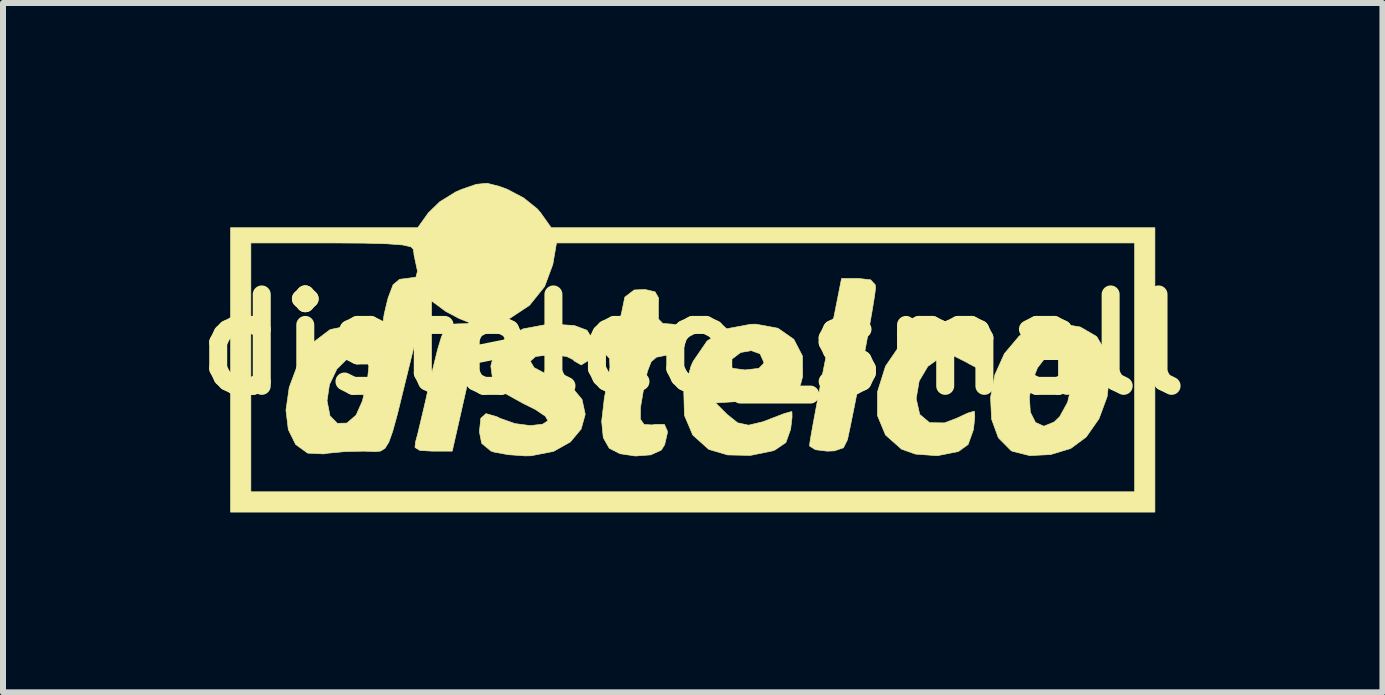
<source format=kicad_pcb>
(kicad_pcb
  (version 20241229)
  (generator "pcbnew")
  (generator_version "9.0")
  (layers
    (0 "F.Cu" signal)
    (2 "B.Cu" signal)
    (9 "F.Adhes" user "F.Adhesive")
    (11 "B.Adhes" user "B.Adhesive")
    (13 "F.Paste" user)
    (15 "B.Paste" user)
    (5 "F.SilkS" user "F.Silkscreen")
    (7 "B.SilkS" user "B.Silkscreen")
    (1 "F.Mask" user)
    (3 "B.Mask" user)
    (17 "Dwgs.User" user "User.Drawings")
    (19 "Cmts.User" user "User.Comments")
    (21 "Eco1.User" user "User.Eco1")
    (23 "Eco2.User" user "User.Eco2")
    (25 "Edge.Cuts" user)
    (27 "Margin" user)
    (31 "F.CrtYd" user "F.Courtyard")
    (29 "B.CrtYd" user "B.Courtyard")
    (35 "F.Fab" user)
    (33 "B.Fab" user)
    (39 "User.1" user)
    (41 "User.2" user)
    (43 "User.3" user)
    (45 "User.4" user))
  (footprint "distelco_small"
    (layer "F.Cu")
    (at 8.498 2.693)
    (property "Reference" "distelco_small" (at 0 0 0) (layer "F.SilkS") (effects (font (size 1.524 1.524) (thickness 0.3))))
    (attr through_hole)
    (fp_poly (pts (xy 2.966 -1.078) (xy 3.043 -0.995) (xy 3.048 -0.946) (xy 3.033 -0.819) (xy 2.991 -0.562) (xy 2.93 -0.213) (xy 2.855 0.193) (xy 2.775 0.618) (xy 2.696 1.026) (xy 2.624 1.379) (xy 2.58 1.587) (xy 2.513 1.721) (xy 2.362 1.773) (xy 2.242 1.778) (xy 2.046 1.754) (xy 1.95 1.694) (xy 1.947 1.682) (xy 1.963 1.57) (xy 2.007 1.322) (xy 2.073 0.969) (xy 2.155 0.541) (xy 2.214 0.243) (xy 2.481 -1.101) (xy 2.764 -1.101) (xy 2.966 -1.078)) (stroke (width 0.01) (type solid)) (fill yes) (layer "F.SilkS"))
    (fp_poly (pts (xy 4.649 -0.314) (xy 4.853 -0.229) (xy 4.934 -0.073) (xy 4.929 0.081) (xy 4.862 0.32) (xy 4.751 0.396) (xy 4.592 0.314) (xy 4.581 0.305) (xy 4.355 0.191) (xy 4.123 0.219) (xy 3.919 0.365) (xy 3.775 0.608) (xy 3.725 0.902) (xy 3.784 1.165) (xy 3.948 1.303) (xy 4.196 1.307) (xy 4.399 1.23) (xy 4.583 1.144) (xy 4.69 1.113) (xy 4.697 1.116) (xy 4.702 1.209) (xy 4.682 1.4) (xy 4.678 1.424) (xy 4.591 1.667) (xy 4.429 1.784) (xy 4.077 1.854) (xy 3.712 1.827) (xy 3.481 1.745) (xy 3.214 1.509) (xy 3.079 1.183) (xy 3.08 0.789) (xy 3.214 0.362) (xy 3.467 -0.008) (xy 3.82 -0.245) (xy 4.254 -0.337) (xy 4.302 -0.338) (xy 4.649 -0.314)) (stroke (width 0.01) (type solid)) (fill yes) (layer "F.SilkS"))
    (fp_poly (pts (xy 6.46 -0.292) (xy 6.728 -0.137) (xy 6.735 -0.131) (xy 6.899 0.144) (xy 6.953 0.493) (xy 6.908 0.872) (xy 6.773 1.237) (xy 6.56 1.542) (xy 6.302 1.733) (xy 5.966 1.835) (xy 5.617 1.852) (xy 5.329 1.78) (xy 5.305 1.767) (xy 5.095 1.555) (xy 4.983 1.247) (xy 4.965 0.884) (xy 4.967 0.872) (xy 5.612 0.872) (xy 5.628 1.128) (xy 5.714 1.299) (xy 5.852 1.362) (xy 6.027 1.291) (xy 6.116 1.206) (xy 6.249 0.965) (xy 6.323 0.655) (xy 6.316 0.372) (xy 6.307 0.336) (xy 6.212 0.204) (xy 6.025 0.186) (xy 5.861 0.241) (xy 5.747 0.39) (xy 5.681 0.556) (xy 5.612 0.872) (xy 4.967 0.872) (xy 5.037 0.505) (xy 5.196 0.152) (xy 5.439 -0.136) (xy 5.471 -0.162) (xy 5.767 -0.306) (xy 6.118 -0.349) (xy 6.46 -0.292)) (stroke (width 0.01) (type solid)) (fill yes) (layer "F.SilkS"))
    (fp_poly (pts (xy -0.628 -0.878) (xy -0.569 -0.776) (xy -0.572 -0.614) (xy -0.571 -0.425) (xy -0.5 -0.351) (xy -0.339 -0.339) (xy -0.148 -0.309) (xy -0.086 -0.206) (xy -0.086 -0.191) (xy -0.142 0.034) (xy -0.318 0.154) (xy -0.463 0.183) (xy -0.605 0.212) (xy -0.693 0.287) (xy -0.755 0.448) (xy -0.815 0.719) (xy -0.871 1.05) (xy -0.873 1.246) (xy -0.811 1.333) (xy -0.677 1.341) (xy -0.625 1.332) (xy -0.472 1.332) (xy -0.424 1.44) (xy -0.423 1.476) (xy -0.468 1.672) (xy -0.525 1.761) (xy -0.7 1.84) (xy -0.955 1.859) (xy -1.212 1.821) (xy -1.391 1.73) (xy -1.491 1.554) (xy -1.518 1.282) (xy -1.473 0.892) (xy -1.429 0.664) (xy -1.38 0.383) (xy -1.386 0.233) (xy -1.429 0.187) (xy -1.517 0.085) (xy -1.522 -0.084) (xy -1.454 -0.243) (xy -1.355 -0.314) (xy -1.211 -0.428) (xy -1.184 -0.539) (xy -1.132 -0.79) (xy -0.976 -0.909) (xy -0.795 -0.917) (xy -0.628 -0.878)) (stroke (width 0.01) (type solid)) (fill yes) (layer "F.SilkS"))
    (fp_poly (pts (xy -1.973 -0.316) (xy -1.762 -0.237) (xy -1.673 -0.091) (xy -1.675 0.08) (xy -1.745 0.27) (xy -1.859 0.341) (xy -1.977 0.273) (xy -1.99 0.254) (xy -2.101 0.2) (xy -2.311 0.171) (xy -2.376 0.169) (xy -2.619 0.2) (xy -2.708 0.278) (xy -2.645 0.385) (xy -2.43 0.5) (xy -2.349 0.529) (xy -2.028 0.696) (xy -1.845 0.917) (xy -1.792 1.164) (xy -1.86 1.409) (xy -2.039 1.624) (xy -2.321 1.782) (xy -2.695 1.855) (xy -2.794 1.857) (xy -3.075 1.837) (xy -3.313 1.793) (xy -3.365 1.775) (xy -3.518 1.648) (xy -3.556 1.456) (xy -3.533 1.23) (xy -3.446 1.152) (xy -3.267 1.203) (xy -3.211 1.231) (xy -2.966 1.318) (xy -2.708 1.352) (xy -2.501 1.328) (xy -2.414 1.271) (xy -2.456 1.196) (xy -2.62 1.085) (xy -2.829 0.981) (xy -3.159 0.798) (xy -3.333 0.599) (xy -3.366 0.359) (xy -3.31 0.149) (xy -3.132 -0.094) (xy -2.826 -0.261) (xy -2.425 -0.336) (xy -2.327 -0.339) (xy -1.973 -0.316)) (stroke (width 0.01) (type solid)) (fill yes) (layer "F.SilkS"))
    (fp_poly (pts (xy 1.421 -0.271) (xy 1.686 -0.086) (xy 1.829 0.191) (xy 1.832 0.534) (xy 1.801 0.653) (xy 1.752 0.771) (xy 1.677 0.845) (xy 1.536 0.888) (xy 1.291 0.915) (xy 1.052 0.931) (xy 0.381 0.974) (xy 0.572 1.164) (xy 0.748 1.305) (xy 0.929 1.345) (xy 1.171 1.288) (xy 1.328 1.227) (xy 1.527 1.151) (xy 1.643 1.119) (xy 1.654 1.121) (xy 1.656 1.21) (xy 1.634 1.398) (xy 1.632 1.413) (xy 1.554 1.633) (xy 1.372 1.758) (xy 1.333 1.773) (xy 0.961 1.849) (xy 0.582 1.841) (xy 0.273 1.75) (xy 0.263 1.745) (xy 0.001 1.51) (xy -0.138 1.182) (xy -0.149 0.789) (xy -0.028 0.358) (xy -0.012 0.324) (xy 0.612 0.324) (xy 0.661 0.396) (xy 0.862 0.423) (xy 0.882 0.423) (xy 1.102 0.398) (xy 1.184 0.315) (xy 1.185 0.294) (xy 1.123 0.155) (xy 0.975 0.102) (xy 0.799 0.133) (xy 0.654 0.243) (xy 0.612 0.324) (xy -0.012 0.324) (xy 0.009 0.278) (xy 0.24 -0.059) (xy 0.551 -0.26) (xy 0.965 -0.337) (xy 1.054 -0.339) (xy 1.421 -0.271)) (stroke (width 0.01) (type solid)) (fill yes) (layer "F.SilkS"))
    (fp_poly (pts (xy -3.227 -2.637) (xy -3.091 -2.587) (xy -2.819 -2.444) (xy -2.59 -2.26) (xy -2.535 -2.195) (xy -2.359 -1.947) (xy 7.705 -1.947) (xy 7.705 2.794) (xy -7.705 2.794) (xy -7.705 -1.693) (xy -7.366 -1.693) (xy -7.366 2.455) (xy 7.366 2.455) (xy 7.366 -1.693) (xy -2.271 -1.693) (xy -2.332 -1.336) (xy -2.468 -0.968) (xy -2.721 -0.653) (xy -3.046 -0.438) (xy -3.233 -0.38) (xy -3.533 -0.324) (xy -3.771 0.727) (xy -4.009 1.778) (xy -4.339 1.778) (xy -4.55 1.766) (xy -4.63 1.716) (xy -4.622 1.63) (xy -4.581 1.476) (xy -4.518 1.212) (xy -4.444 0.897) (xy -4.443 0.889) (xy -4.335 0.416) (xy -4.253 0.083) (xy -4.187 -0.134) (xy -4.126 -0.261) (xy -4.06 -0.321) (xy -3.977 -0.341) (xy -3.913 -0.344) (xy -3.683 -0.349) (xy -3.893 -0.433) (xy -4.118 -0.552) (xy -4.253 -0.653) (xy -4.379 -0.745) (xy -4.433 -0.754) (xy -4.463 -0.663) (xy -4.524 -0.442) (xy -4.607 -0.124) (xy -4.69 0.212) (xy -4.824 0.758) (xy -4.923 1.162) (xy -5.001 1.445) (xy -5.066 1.628) (xy -5.131 1.732) (xy -5.205 1.777) (xy -5.299 1.786) (xy -5.425 1.78) (xy -5.487 1.778) (xy -5.795 1.785) (xy -6.081 1.812) (xy -6.151 1.824) (xy -6.419 1.811) (xy -6.619 1.667) (xy -6.742 1.418) (xy -6.781 1.092) (xy -6.758 0.936) (xy -6.096 0.936) (xy -6.047 1.189) (xy -5.924 1.314) (xy -5.766 1.31) (xy -5.612 1.178) (xy -5.507 0.943) (xy -5.422 0.587) (xy -5.399 0.362) (xy -5.441 0.238) (xy -5.55 0.187) (xy -5.557 0.186) (xy -5.756 0.235) (xy -5.933 0.41) (xy -6.056 0.669) (xy -6.096 0.936) (xy -6.758 0.936) (xy -6.727 0.716) (xy -6.597 0.366) (xy -6.347 -0.02) (xy -6.045 -0.249) (xy -5.68 -0.325) (xy -5.539 -0.317) (xy -5.277 -0.308) (xy -5.167 -0.355) (xy -5.164 -0.37) (xy -5.143 -0.509) (xy -5.09 -0.731) (xy -5.076 -0.783) (xy -4.995 -0.996) (xy -4.887 -1.087) (xy -4.77 -1.101) (xy -4.615 -1.123) (xy -4.588 -1.222) (xy -4.603 -1.291) (xy -4.645 -1.488) (xy -4.656 -1.587) (xy -4.699 -1.629) (xy -4.839 -1.66) (xy -5.095 -1.679) (xy -5.485 -1.69) (xy -6.011 -1.693) (xy -7.366 -1.693) (xy -7.705 -1.693) (xy -7.705 -1.947) (xy -4.584 -1.947) (xy -4.407 -2.195) (xy -4.217 -2.379) (xy -3.95 -2.544) (xy -3.851 -2.587) (xy -3.606 -2.671) (xy -3.428 -2.688) (xy -3.227 -2.637)) (stroke (width 0.01) (type solid)) (fill yes) (layer "F.SilkS")))
  (gr_rect
    (start -3 -3)
    (end 19.996 8.492)
    (stroke (width 0.1) (type default))
    (fill no)
    (layer "Edge.Cuts")))
</source>
